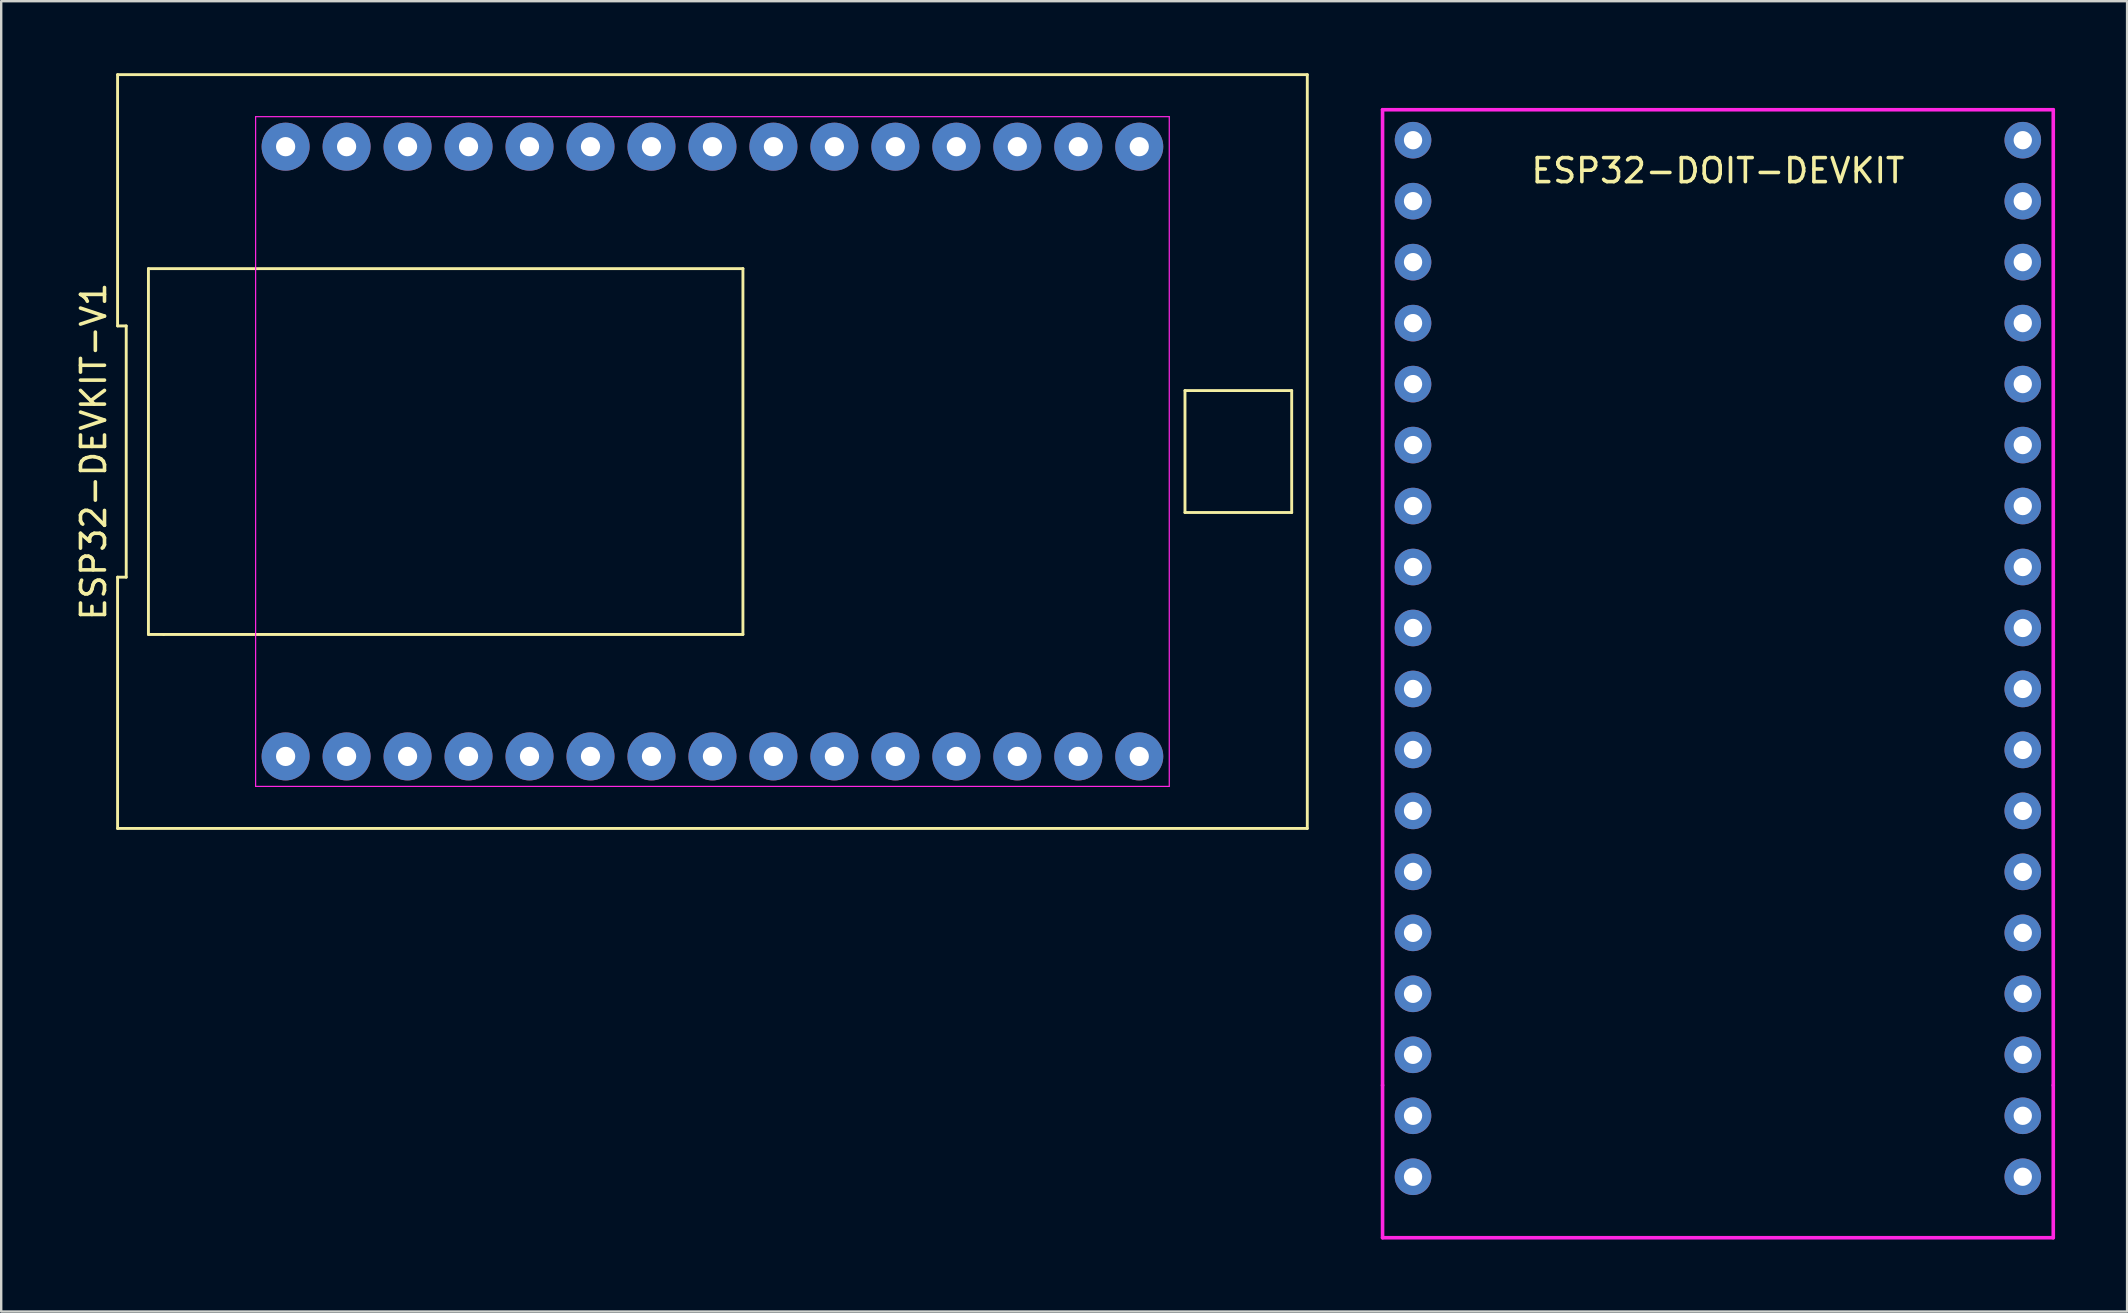
<source format=kicad_pcb>
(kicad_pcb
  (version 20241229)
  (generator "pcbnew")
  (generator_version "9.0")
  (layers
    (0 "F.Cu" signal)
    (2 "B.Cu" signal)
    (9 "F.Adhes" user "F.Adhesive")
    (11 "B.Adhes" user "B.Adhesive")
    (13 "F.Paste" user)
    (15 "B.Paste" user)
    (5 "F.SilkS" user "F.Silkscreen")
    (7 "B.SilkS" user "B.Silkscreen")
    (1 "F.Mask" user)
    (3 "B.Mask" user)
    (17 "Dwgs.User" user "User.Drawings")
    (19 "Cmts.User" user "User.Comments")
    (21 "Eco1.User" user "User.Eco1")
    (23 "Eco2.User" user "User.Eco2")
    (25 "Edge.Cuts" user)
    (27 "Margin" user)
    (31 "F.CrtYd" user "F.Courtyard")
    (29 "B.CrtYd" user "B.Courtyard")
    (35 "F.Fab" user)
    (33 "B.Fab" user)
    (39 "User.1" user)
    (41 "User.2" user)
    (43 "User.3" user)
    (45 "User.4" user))
  (footprint "ESP32-DEVKIT-V1"
    (layer "F.Cu")
    (at 26.628 15.76)
    (property "Reference" "ESP32-DEVKIT-V1" (at -25.78 0 90) (layer "F.SilkS") (effects (font (size 1 1) (thickness 0.15))))
    (attr through_hole)
    (fp_line (start -24.78 -15.7) (end -24.78 -5.233) (stroke (width 0.12) (type solid)) (layer "F.SilkS"))
    (fp_line (start -24.78 -5.233) (end -24.42 -5.233) (stroke (width 0.12) (type solid)) (layer "F.SilkS"))
    (fp_line (start -24.78 5.233) (end -24.78 15.7) (stroke (width 0.12) (type solid)) (layer "F.SilkS"))
    (fp_line (start -24.78 15.7) (end 24.78 15.7) (stroke (width 0.12) (type solid)) (layer "F.SilkS"))
    (fp_line (start -24.42 -5.233) (end -24.42 5.233) (stroke (width 0.12) (type solid)) (layer "F.SilkS"))
    (fp_line (start -24.42 5.233) (end -24.78 5.233) (stroke (width 0.12) (type solid)) (layer "F.SilkS"))
    (fp_line (start -23.495 -7.62) (end 1.27 -7.62) (stroke (width 0.12) (type solid)) (layer "F.SilkS"))
    (fp_line (start -23.495 7.62) (end -23.495 -7.62) (stroke (width 0.12) (type solid)) (layer "F.SilkS"))
    (fp_line (start -22.86 7.62) (end -23.495 7.62) (stroke (width 0.12) (type solid)) (layer "F.SilkS"))
    (fp_line (start 1.27 -7.62) (end 1.27 7.62) (stroke (width 0.12) (type solid)) (layer "F.SilkS"))
    (fp_line (start 1.27 7.62) (end -22.86 7.62) (stroke (width 0.12) (type solid)) (layer "F.SilkS"))
    (fp_line (start 19.685 -2.54) (end 19.685 2.54) (stroke (width 0.12) (type solid)) (layer "F.SilkS"))
    (fp_line (start 19.685 2.54) (end 24.13 2.54) (stroke (width 0.12) (type solid)) (layer "F.SilkS"))
    (fp_line (start 24.13 -2.54) (end 19.685 -2.54) (stroke (width 0.12) (type solid)) (layer "F.SilkS"))
    (fp_line (start 24.13 2.54) (end 24.13 -2.54) (stroke (width 0.12) (type solid)) (layer "F.SilkS"))
    (fp_line (start 24.78 -15.7) (end -24.78 -15.7) (stroke (width 0.12) (type solid)) (layer "F.SilkS"))
    (fp_line (start 24.78 15.7) (end 24.78 -15.7) (stroke (width 0.12) (type solid)) (layer "F.SilkS"))
    (fp_line (start -19.03 -13.95) (end 19.03 -13.95) (stroke (width 0.05) (type solid)) (layer "F.CrtYd"))
    (fp_line (start -19.03 13.95) (end -19.03 -13.95) (stroke (width 0.05) (type solid)) (layer "F.CrtYd"))
    (fp_line (start 19.03 -13.95) (end 19.03 13.95) (stroke (width 0.05) (type solid)) (layer "F.CrtYd"))
    (fp_line (start 19.03 13.95) (end -19.03 13.95) (stroke (width 0.05) (type solid)) (layer "F.CrtYd"))
    (pad "1" thru_hole circle (at -17.78 12.7) (size 2 2) (drill 0.8) (layers "*.Cu" "*.Mask"))
    (pad "2" thru_hole circle (at -15.24 12.7) (size 2 2) (drill 0.8) (layers "*.Cu" "*.Mask"))
    (pad "3" thru_hole circle (at -12.7 12.7) (size 2 2) (drill 0.8) (layers "*.Cu" "*.Mask"))
    (pad "4" thru_hole circle (at -10.16 12.7) (size 2 2) (drill 0.8) (layers "*.Cu" "*.Mask"))
    (pad "5" thru_hole circle (at -7.62 12.7) (size 2 2) (drill 0.8) (layers "*.Cu" "*.Mask"))
    (pad "6" thru_hole circle (at -5.08 12.7) (size 2 2) (drill 0.8) (layers "*.Cu" "*.Mask"))
    (pad "7" thru_hole circle (at -2.54 12.7) (size 2 2) (drill 0.8) (layers "*.Cu" "*.Mask"))
    (pad "8" thru_hole circle (at 0 12.7) (size 2 2) (drill 0.8) (layers "*.Cu" "*.Mask"))
    (pad "9" thru_hole circle (at 2.54 12.7) (size 2 2) (drill 0.8) (layers "*.Cu" "*.Mask"))
    (pad "10" thru_hole circle (at 5.08 12.7) (size 2 2) (drill 0.8) (layers "*.Cu" "*.Mask"))
    (pad "11" thru_hole circle (at 7.62 12.7) (size 2 2) (drill 0.8) (layers "*.Cu" "*.Mask"))
    (pad "12" thru_hole circle (at 10.16 12.7) (size 2 2) (drill 0.8) (layers "*.Cu" "*.Mask"))
    (pad "13" thru_hole circle (at 12.7 12.7) (size 2 2) (drill 0.8) (layers "*.Cu" "*.Mask"))
    (pad "14" thru_hole circle (at 15.24 12.7) (size 2 2) (drill 0.8) (layers "*.Cu" "*.Mask"))
    (pad "15" thru_hole circle (at 17.78 12.7) (size 2 2) (drill 0.8) (layers "*.Cu" "*.Mask"))
    (pad "16" thru_hole circle (at 17.78 -12.7) (size 2 2) (drill 0.8) (layers "*.Cu" "*.Mask"))
    (pad "17" thru_hole circle (at 15.24 -12.7) (size 2 2) (drill 0.8) (layers "*.Cu" "*.Mask"))
    (pad "18" thru_hole circle (at 12.7 -12.7) (size 2 2) (drill 0.8) (layers "*.Cu" "*.Mask"))
    (pad "19" thru_hole circle (at 10.16 -12.7) (size 2 2) (drill 0.8) (layers "*.Cu" "*.Mask"))
    (pad "20" thru_hole circle (at 7.62 -12.7) (size 2 2) (drill 0.8) (layers "*.Cu" "*.Mask"))
    (pad "21" thru_hole circle (at 5.08 -12.7) (size 2 2) (drill 0.8) (layers "*.Cu" "*.Mask"))
    (pad "22" thru_hole circle (at 2.54 -12.7) (size 2 2) (drill 0.8) (layers "*.Cu" "*.Mask"))
    (pad "23" thru_hole circle (at 0 -12.7) (size 2 2) (drill 0.8) (layers "*.Cu" "*.Mask"))
    (pad "24" thru_hole circle (at -2.54 -12.7) (size 2 2) (drill 0.8) (layers "*.Cu" "*.Mask"))
    (pad "25" thru_hole circle (at -5.08 -12.7) (size 2 2) (drill 0.8) (layers "*.Cu" "*.Mask"))
    (pad "26" thru_hole circle (at -7.62 -12.7) (size 2 2) (drill 0.8) (layers "*.Cu" "*.Mask"))
    (pad "27" thru_hole circle (at -10.16 -12.7) (size 2 2) (drill 0.8) (layers "*.Cu" "*.Mask"))
    (pad "28" thru_hole circle (at -12.7 -12.7) (size 2 2) (drill 0.8) (layers "*.Cu" "*.Mask"))
    (pad "29" thru_hole circle (at -15.24 -12.7) (size 2 2) (drill 0.8) (layers "*.Cu" "*.Mask"))
    (pad "30" thru_hole circle (at -17.78 -12.7) (size 2 2) (drill 0.8) (layers "*.Cu" "*.Mask")))
  (footprint "ESP32-DOIT-DEVKIT"
    (layer "F.Cu")
    (at 68.513 0.25)
    (property "Reference" "ESP32-DOIT-DEVKIT" (at 0 3.81 0) (layer "F.SilkS") (effects (font (size 1 1) (thickness 0.15))))
    (attr through_hole)
    (fp_line (start -13.97 1.27) (end 13.97 1.27) (stroke (width 0.15) (type solid)) (layer "F.CrtYd"))
    (fp_line (start -13.97 41.91) (end -13.97 1.27) (stroke (width 0.15) (type solid)) (layer "F.CrtYd"))
    (fp_line (start -13.97 41.91) (end -13.97 48.26) (stroke (width 0.15) (type solid)) (layer "F.CrtYd"))
    (fp_line (start -13.97 48.26) (end 13.97 48.26) (stroke (width 0.15) (type solid)) (layer "F.CrtYd"))
    (fp_line (start 13.97 1.27) (end 13.97 41.91) (stroke (width 0.15) (type solid)) (layer "F.CrtYd"))
    (fp_line (start 13.97 48.26) (end 13.97 41.91) (stroke (width 0.15) (type solid)) (layer "F.CrtYd"))
    (pad "1" thru_hole circle (at -12.7 2.54) (size 1.524 1.524) (drill 0.762) (layers "*.Cu" "*.Mask"))
    (pad "2" thru_hole circle (at -12.7 5.08) (size 1.524 1.524) (drill 0.762) (layers "*.Cu" "*.Mask"))
    (pad "3" thru_hole circle (at -12.7 7.62) (size 1.524 1.524) (drill 0.762) (layers "*.Cu" "*.Mask"))
    (pad "4" thru_hole circle (at -12.7 10.16) (size 1.524 1.524) (drill 0.762) (layers "*.Cu" "*.Mask"))
    (pad "5" thru_hole circle (at -12.7 12.7) (size 1.524 1.524) (drill 0.762) (layers "*.Cu" "*.Mask"))
    (pad "6" thru_hole circle (at -12.7 15.24) (size 1.524 1.524) (drill 0.762) (layers "*.Cu" "*.Mask"))
    (pad "7" thru_hole circle (at -12.7 17.78) (size 1.524 1.524) (drill 0.762) (layers "*.Cu" "*.Mask"))
    (pad "8" thru_hole circle (at -12.7 20.32) (size 1.524 1.524) (drill 0.762) (layers "*.Cu" "*.Mask"))
    (pad "9" thru_hole circle (at -12.7 22.86) (size 1.524 1.524) (drill 0.762) (layers "*.Cu" "*.Mask"))
    (pad "10" thru_hole circle (at -12.7 25.4) (size 1.524 1.524) (drill 0.762) (layers "*.Cu" "*.Mask"))
    (pad "11" thru_hole circle (at -12.7 27.94) (size 1.524 1.524) (drill 0.762) (layers "*.Cu" "*.Mask"))
    (pad "12" thru_hole circle (at -12.7 30.48) (size 1.524 1.524) (drill 0.762) (layers "*.Cu" "*.Mask"))
    (pad "13" thru_hole circle (at -12.7 33.02) (size 1.524 1.524) (drill 0.762) (layers "*.Cu" "*.Mask"))
    (pad "14" thru_hole circle (at -12.7 35.56) (size 1.524 1.524) (drill 0.762) (layers "*.Cu" "*.Mask"))
    (pad "15" thru_hole circle (at -12.7 38.1) (size 1.524 1.524) (drill 0.762) (layers "*.Cu" "*.Mask"))
    (pad "16" thru_hole circle (at -12.7 40.64) (size 1.524 1.524) (drill 0.762) (layers "*.Cu" "*.Mask"))
    (pad "17" thru_hole circle (at -12.7 43.18) (size 1.524 1.524) (drill 0.762) (layers "*.Cu" "*.Mask"))
    (pad "18" thru_hole circle (at -12.7 45.72) (size 1.524 1.524) (drill 0.762) (layers "*.Cu" "*.Mask"))
    (pad "19" thru_hole circle (at 12.7 45.72) (size 1.524 1.524) (drill 0.762) (layers "*.Cu" "*.Mask"))
    (pad "20" thru_hole circle (at 12.7 43.18) (size 1.524 1.524) (drill 0.762) (layers "*.Cu" "*.Mask"))
    (pad "21" thru_hole circle (at 12.7 40.64) (size 1.524 1.524) (drill 0.762) (layers "*.Cu" "*.Mask"))
    (pad "22" thru_hole circle (at 12.7 38.1) (size 1.524 1.524) (drill 0.762) (layers "*.Cu" "*.Mask"))
    (pad "23" thru_hole circle (at 12.7 35.56) (size 1.524 1.524) (drill 0.762) (layers "*.Cu" "*.Mask"))
    (pad "24" thru_hole circle (at 12.7 33.02) (size 1.524 1.524) (drill 0.762) (layers "*.Cu" "*.Mask"))
    (pad "25" thru_hole circle (at 12.7 30.48) (size 1.524 1.524) (drill 0.762) (layers "*.Cu" "*.Mask"))
    (pad "26" thru_hole circle (at 12.7 27.94) (size 1.524 1.524) (drill 0.762) (layers "*.Cu" "*.Mask"))
    (pad "27" thru_hole circle (at 12.7 25.4) (size 1.524 1.524) (drill 0.762) (layers "*.Cu" "*.Mask"))
    (pad "28" thru_hole circle (at 12.7 22.86) (size 1.524 1.524) (drill 0.762) (layers "*.Cu" "*.Mask"))
    (pad "29" thru_hole circle (at 12.7 20.32) (size 1.524 1.524) (drill 0.762) (layers "*.Cu" "*.Mask"))
    (pad "30" thru_hole circle (at 12.7 17.78) (size 1.524 1.524) (drill 0.762) (layers "*.Cu" "*.Mask"))
    (pad "31" thru_hole circle (at 12.7 15.24) (size 1.524 1.524) (drill 0.762) (layers "*.Cu" "*.Mask"))
    (pad "32" thru_hole circle (at 12.7 12.7) (size 1.524 1.524) (drill 0.762) (layers "*.Cu" "*.Mask"))
    (pad "33" thru_hole circle (at 12.7 10.16) (size 1.524 1.524) (drill 0.762) (layers "*.Cu" "*.Mask"))
    (pad "34" thru_hole circle (at 12.7 7.62) (size 1.524 1.524) (drill 0.762) (layers "*.Cu" "*.Mask"))
    (pad "35" thru_hole circle (at 12.7 5.08) (size 1.524 1.524) (drill 0.762) (layers "*.Cu" "*.Mask"))
    (pad "36" thru_hole circle (at 12.7 2.54) (size 1.524 1.524) (drill 0.762) (layers "*.Cu" "*.Mask")))
  (gr_rect
    (start -3 -3)
    (end 85.558 51.585)
    (stroke (width 0.1) (type default))
    (fill no)
    (layer "Edge.Cuts")))
</source>
